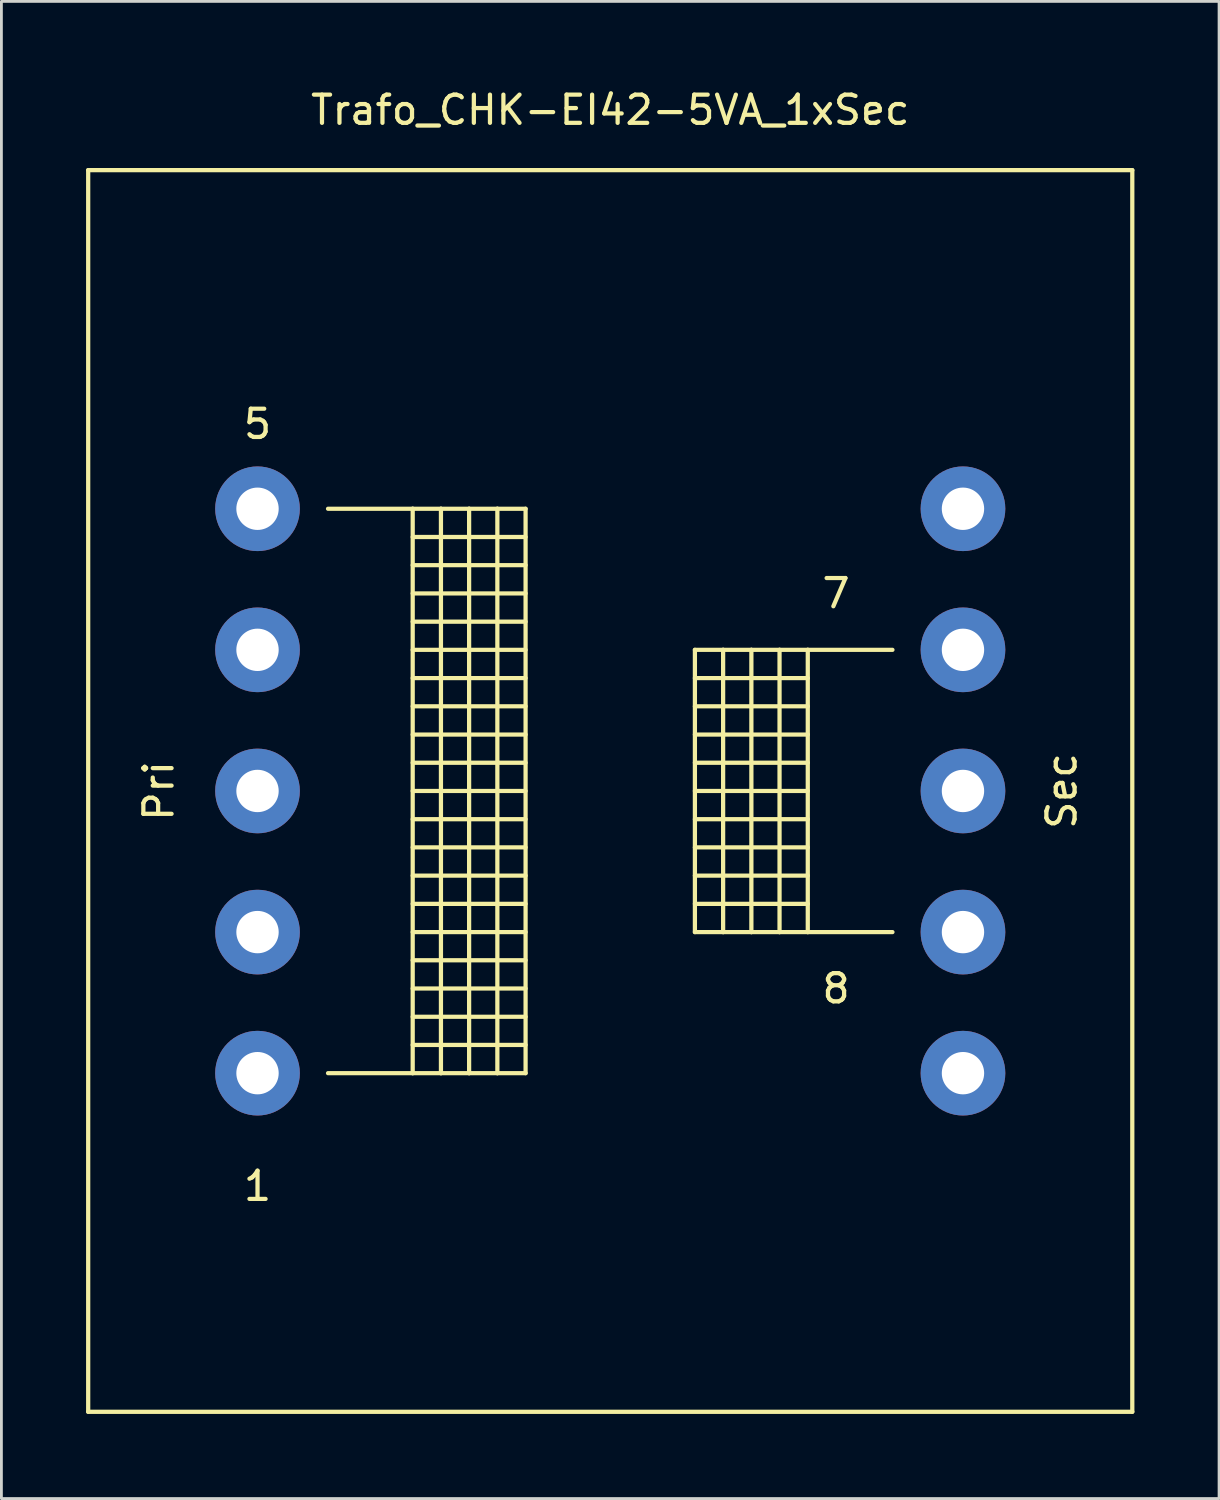
<source format=kicad_pcb>
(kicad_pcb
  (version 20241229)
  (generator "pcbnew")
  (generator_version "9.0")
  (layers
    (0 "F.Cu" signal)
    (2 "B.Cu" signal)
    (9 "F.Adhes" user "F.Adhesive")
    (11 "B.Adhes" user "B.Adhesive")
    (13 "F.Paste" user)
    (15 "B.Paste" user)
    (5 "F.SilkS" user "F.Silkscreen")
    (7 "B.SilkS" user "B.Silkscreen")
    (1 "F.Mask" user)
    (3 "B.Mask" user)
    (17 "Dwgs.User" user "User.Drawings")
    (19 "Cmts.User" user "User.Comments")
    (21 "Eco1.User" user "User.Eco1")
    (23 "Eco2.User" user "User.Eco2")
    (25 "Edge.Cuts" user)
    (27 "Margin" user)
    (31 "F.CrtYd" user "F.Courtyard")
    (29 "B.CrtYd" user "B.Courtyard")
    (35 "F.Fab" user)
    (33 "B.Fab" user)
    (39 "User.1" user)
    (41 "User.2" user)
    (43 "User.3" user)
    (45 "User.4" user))
  (footprint "Trafo_CHK-EI42-5VA_1xSec"
    (layer "F.Cu")
    (at 18.574 24.978)
    (property "Reference" "Trafo_CHK-EI42-5VA_1xSec" (at 0 -24.13 0) (layer "F.SilkS") (effects (font (size 1 1) (thickness 0.15))))
    (attr through_hole)
    (fp_line (start -18.499 -21.999) (end -18.499 21.999) (stroke (width 0.15) (type solid)) (layer "F.SilkS"))
    (fp_line (start -18.499 21.999) (end 18.499 21.999) (stroke (width 0.15) (type solid)) (layer "F.SilkS"))
    (fp_line (start -10 -10) (end -7 -10) (stroke (width 0.15) (type solid)) (layer "F.SilkS"))
    (fp_line (start -7 -10) (end -7 10) (stroke (width 0.15) (type solid)) (layer "F.SilkS"))
    (fp_line (start -7 -10) (end -5.999 -10) (stroke (width 0.15) (type solid)) (layer "F.SilkS"))
    (fp_line (start -7 -8.999) (end -3 -8.999) (stroke (width 0.15) (type solid)) (layer "F.SilkS"))
    (fp_line (start -7 -8.001) (end -3 -8.001) (stroke (width 0.15) (type solid)) (layer "F.SilkS"))
    (fp_line (start -7 -7) (end -3 -7) (stroke (width 0.15) (type solid)) (layer "F.SilkS"))
    (fp_line (start -7 -5.999) (end -3 -5.999) (stroke (width 0.15) (type solid)) (layer "F.SilkS"))
    (fp_line (start -7 -5.001) (end -3 -5.001) (stroke (width 0.15) (type solid)) (layer "F.SilkS"))
    (fp_line (start -7 -4) (end -3 -4) (stroke (width 0.15) (type solid)) (layer "F.SilkS"))
    (fp_line (start -7 -3) (end -3 -3) (stroke (width 0.15) (type solid)) (layer "F.SilkS"))
    (fp_line (start -7 -1.999) (end -3 -1.999) (stroke (width 0.15) (type solid)) (layer "F.SilkS"))
    (fp_line (start -7 -1.001) (end -3 -1.001) (stroke (width 0.15) (type solid)) (layer "F.SilkS"))
    (fp_line (start -7 0) (end -3 0) (stroke (width 0.15) (type solid)) (layer "F.SilkS"))
    (fp_line (start -7 1.001) (end -3 1.001) (stroke (width 0.15) (type solid)) (layer "F.SilkS"))
    (fp_line (start -7 1.999) (end -3 1.999) (stroke (width 0.15) (type solid)) (layer "F.SilkS"))
    (fp_line (start -7 3) (end -3 3) (stroke (width 0.15) (type solid)) (layer "F.SilkS"))
    (fp_line (start -7 4) (end -3 4) (stroke (width 0.15) (type solid)) (layer "F.SilkS"))
    (fp_line (start -7 5.001) (end -3 5.001) (stroke (width 0.15) (type solid)) (layer "F.SilkS"))
    (fp_line (start -7 5.999) (end -3 5.999) (stroke (width 0.15) (type solid)) (layer "F.SilkS"))
    (fp_line (start -7 7) (end -3 7) (stroke (width 0.15) (type solid)) (layer "F.SilkS"))
    (fp_line (start -7 8.001) (end -3 8.001) (stroke (width 0.15) (type solid)) (layer "F.SilkS"))
    (fp_line (start -7 8.999) (end -3 8.999) (stroke (width 0.15) (type solid)) (layer "F.SilkS"))
    (fp_line (start -7 10) (end -10 10) (stroke (width 0.15) (type solid)) (layer "F.SilkS"))
    (fp_line (start -5.999 -10) (end -5.999 10) (stroke (width 0.15) (type solid)) (layer "F.SilkS"))
    (fp_line (start -5.999 -10) (end -5.001 -10) (stroke (width 0.15) (type solid)) (layer "F.SilkS"))
    (fp_line (start -5.999 10) (end -7 10) (stroke (width 0.15) (type solid)) (layer "F.SilkS"))
    (fp_line (start -5.001 -10) (end -5.001 10) (stroke (width 0.15) (type solid)) (layer "F.SilkS"))
    (fp_line (start -5.001 -10) (end -4 -10) (stroke (width 0.15) (type solid)) (layer "F.SilkS"))
    (fp_line (start -5.001 10) (end -5.999 10) (stroke (width 0.15) (type solid)) (layer "F.SilkS"))
    (fp_line (start -4 -10) (end -4 10) (stroke (width 0.15) (type solid)) (layer "F.SilkS"))
    (fp_line (start -4 -10) (end -3 -10) (stroke (width 0.15) (type solid)) (layer "F.SilkS"))
    (fp_line (start -4 10) (end -5.001 10) (stroke (width 0.15) (type solid)) (layer "F.SilkS"))
    (fp_line (start -3 -10) (end -3 10) (stroke (width 0.15) (type solid)) (layer "F.SilkS"))
    (fp_line (start -3 10) (end -4 10) (stroke (width 0.15) (type solid)) (layer "F.SilkS"))
    (fp_line (start 3 -5.001) (end 3 5.001) (stroke (width 0.15) (type solid)) (layer "F.SilkS"))
    (fp_line (start 3 -4) (end 7 -4) (stroke (width 0.15) (type solid)) (layer "F.SilkS"))
    (fp_line (start 3 -1.999) (end 7 -1.999) (stroke (width 0.15) (type solid)) (layer "F.SilkS"))
    (fp_line (start 3 0) (end 7 0) (stroke (width 0.15) (type solid)) (layer "F.SilkS"))
    (fp_line (start 3 1.999) (end 7 1.999) (stroke (width 0.15) (type solid)) (layer "F.SilkS"))
    (fp_line (start 3 4) (end 7 4) (stroke (width 0.15) (type solid)) (layer "F.SilkS"))
    (fp_line (start 3 5.001) (end 4 5.001) (stroke (width 0.15) (type solid)) (layer "F.SilkS"))
    (fp_line (start 4 -5.001) (end 3 -5.001) (stroke (width 0.15) (type solid)) (layer "F.SilkS"))
    (fp_line (start 4 -5.001) (end 4 5.001) (stroke (width 0.15) (type solid)) (layer "F.SilkS"))
    (fp_line (start 4 5.001) (end 5.001 5.001) (stroke (width 0.15) (type solid)) (layer "F.SilkS"))
    (fp_line (start 5.001 -5.001) (end 4 -5.001) (stroke (width 0.15) (type solid)) (layer "F.SilkS"))
    (fp_line (start 5.001 -5.001) (end 5.001 5.001) (stroke (width 0.15) (type solid)) (layer "F.SilkS"))
    (fp_line (start 5.001 5.001) (end 5.999 5.001) (stroke (width 0.15) (type solid)) (layer "F.SilkS"))
    (fp_line (start 5.999 -5.001) (end 5.001 -5.001) (stroke (width 0.15) (type solid)) (layer "F.SilkS"))
    (fp_line (start 5.999 -5.001) (end 5.999 5.001) (stroke (width 0.15) (type solid)) (layer "F.SilkS"))
    (fp_line (start 5.999 5.001) (end 7 5.001) (stroke (width 0.15) (type solid)) (layer "F.SilkS"))
    (fp_line (start 7 -5.001) (end 5.999 -5.001) (stroke (width 0.15) (type solid)) (layer "F.SilkS"))
    (fp_line (start 7 -5.001) (end 7 5.001) (stroke (width 0.15) (type solid)) (layer "F.SilkS"))
    (fp_line (start 7 -3) (end 3 -3) (stroke (width 0.15) (type solid)) (layer "F.SilkS"))
    (fp_line (start 7 -1.001) (end 3 -1.001) (stroke (width 0.15) (type solid)) (layer "F.SilkS"))
    (fp_line (start 7 1.001) (end 3 1.001) (stroke (width 0.15) (type solid)) (layer "F.SilkS"))
    (fp_line (start 7 3) (end 3 3) (stroke (width 0.15) (type solid)) (layer "F.SilkS"))
    (fp_line (start 7 5.001) (end 10 5.001) (stroke (width 0.15) (type solid)) (layer "F.SilkS"))
    (fp_line (start 10 -5.001) (end 7 -5.001) (stroke (width 0.15) (type solid)) (layer "F.SilkS"))
    (fp_line (start 18.499 -21.999) (end -18.499 -21.999) (stroke (width 0.15) (type solid)) (layer "F.SilkS"))
    (fp_line (start 18.499 21.999) (end 18.499 -21.999) (stroke (width 0.15) (type solid)) (layer "F.SilkS"))
    (fp_text user "Sec" (at 15.999 0 90) (layer "F.SilkS") (effects (font (size 1 1) (thickness 0.15))))
    (fp_text user "8" (at 8.001 7 0) (layer "F.SilkS") (effects (font (size 1 1) (thickness 0.15))))
    (fp_text user "7" (at 8.001 -7 0) (layer "F.SilkS") (effects (font (size 1 1) (thickness 0.15))))
    (fp_text user "1" (at -12.499 14 0) (layer "F.SilkS") (effects (font (size 1 1) (thickness 0.15))))
    (fp_text user "Pri" (at -15.999 0 90) (layer "F.SilkS") (effects (font (size 1 1) (thickness 0.15))))
    (fp_text user "5" (at -12.499 -13 0) (layer "F.SilkS") (effects (font (size 1 1) (thickness 0.15))))
    (pad "1" thru_hole circle (at -12.499 10) (size 3 3) (drill 1.501) (layers "*.Cu" "*.Mask"))
    (pad "2" thru_hole circle (at -12.499 5.001) (size 3 3) (drill 1.501) (layers "*.Cu" "*.Mask"))
    (pad "3" thru_hole circle (at -12.499 0) (size 3 3) (drill 1.501) (layers "*.Cu" "*.Mask"))
    (pad "4" thru_hole circle (at -12.499 -5.001) (size 3 3) (drill 1.501) (layers "*.Cu" "*.Mask"))
    (pad "5" thru_hole circle (at -12.499 -10) (size 3 3) (drill 1.501) (layers "*.Cu" "*.Mask"))
    (pad "6" thru_hole circle (at 12.499 -10) (size 3 3) (drill 1.501) (layers "*.Cu" "*.Mask"))
    (pad "7" thru_hole circle (at 12.499 -5.001) (size 3 3) (drill 1.501) (layers "*.Cu" "*.Mask"))
    (pad "8" thru_hole circle (at 12.499 0) (size 3 3) (drill 1.501) (layers "*.Cu" "*.Mask"))
    (pad "9" thru_hole circle (at 12.499 5.001) (size 3 3) (drill 1.501) (layers "*.Cu" "*.Mask"))
    (pad "10" thru_hole circle (at 12.499 10) (size 3 3) (drill 1.501) (layers "*.Cu" "*.Mask")))
  (gr_rect
    (start -3 -3)
    (end 40.148 50.052)
    (stroke (width 0.1) (type default))
    (fill no)
    (layer "Edge.Cuts")))
</source>
